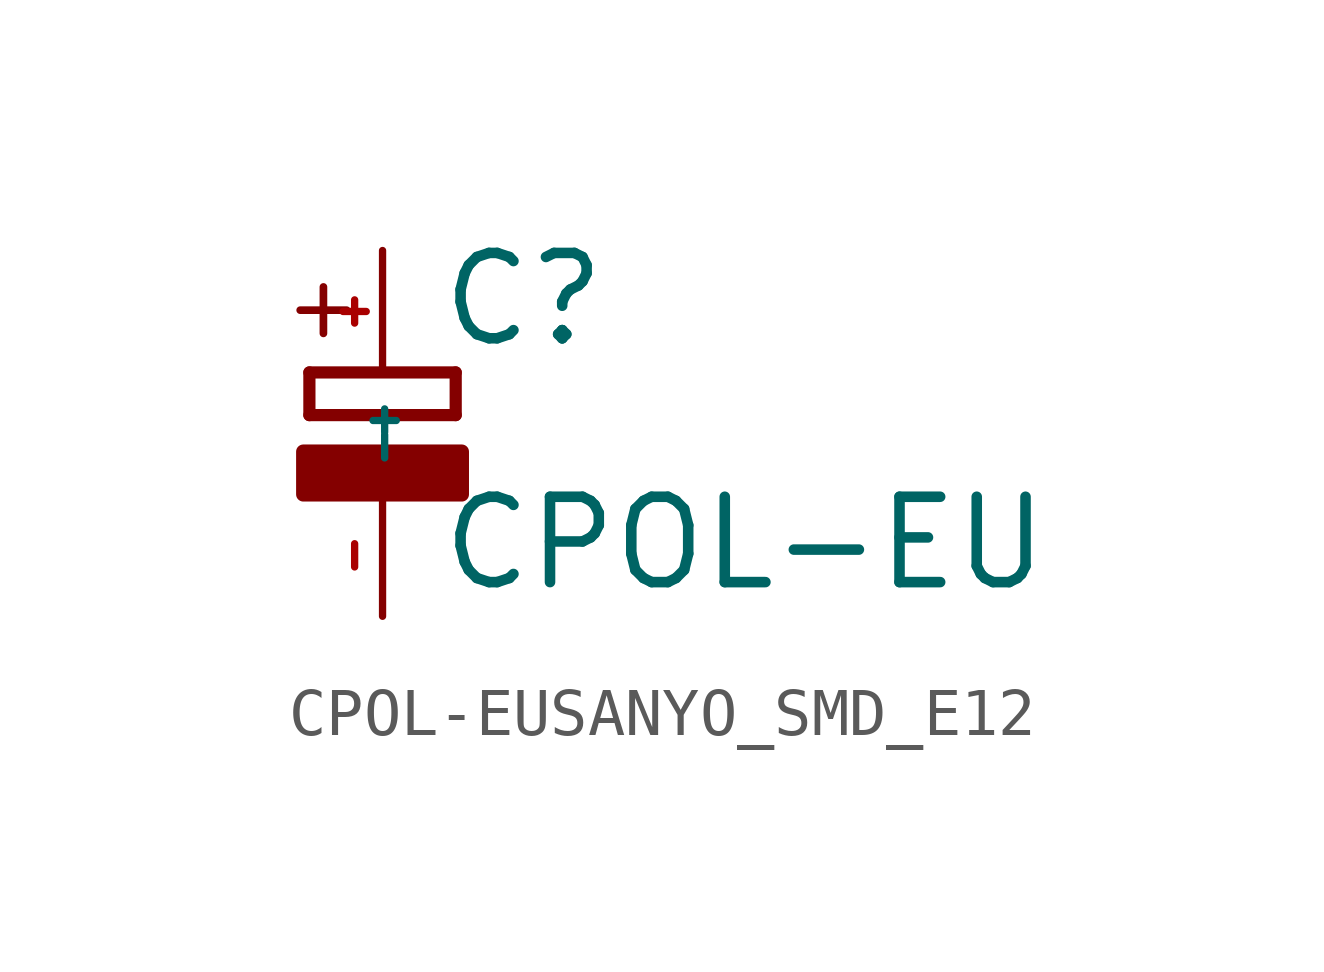
<source format=kicad_sym>
(kicad_symbol_lib
  (version 20220914)
  (generator Eagle2Kicad)
  (symbol "CPOL-EUSANYO_SMD_E12"
    (property "Reference" "C"
      (at 1.143 0.483 0)
      (effects (font (size 1.778 1.778) (thickness 0.22)) (justify left bottom)))
    (property "Value" "CPOL-EU"
      (at 1.143 -4.597 0)
      (effects (font (size 1.778 1.778) (thickness 0.22)) (justify left bottom)))
    (polyline
      (pts (xy -1.524 -0.889) (xy 1.524 -0.889))
      (stroke (width 0.254) (type default))
      (fill (type none)))
    (polyline
      (pts (xy 1.524 -0.889) (xy 1.524 0))
      (stroke (width 0.254) (type default))
      (fill (type none)))
    (polyline
      (pts (xy -1.524 0) (xy -1.524 -0.889))
      (stroke (width 0.254) (type default))
      (fill (type none)))
    (polyline
      (pts (xy -1.524 0) (xy 1.524 0))
      (stroke (width 0.254) (type default))
      (fill (type none)))
    (text "+"
      (at -0.584 0.406 900)
      (effects (font (size 1.27 1.27) (thickness 0.16)) (justify left bottom)))
    (rectangle
      (start -1.651 -2.54)
      (end 1.651 -1.651)
      (stroke (width 0.3) (type default))
      (fill (type outline)))
    (pin passive line
      (at 0 -5.08 90)
      (length 2.54)
      (name "-" (effects (font (size 0.635 0.635) (thickness 0.08)) (justify left bottom)))
      (number "-" (effects (font (size 0.635 0.635) (thickness 0.08)) (justify left bottom))))
    (pin passive line
      (at 0 2.54 270)
      (length 2.54)
      (name "+" (effects (font (size 0.635 0.635) (thickness 0.08)) (justify left bottom)))
      (number "+" (effects (font (size 0.635 0.635) (thickness 0.08)) (justify left bottom))))))
</source>
